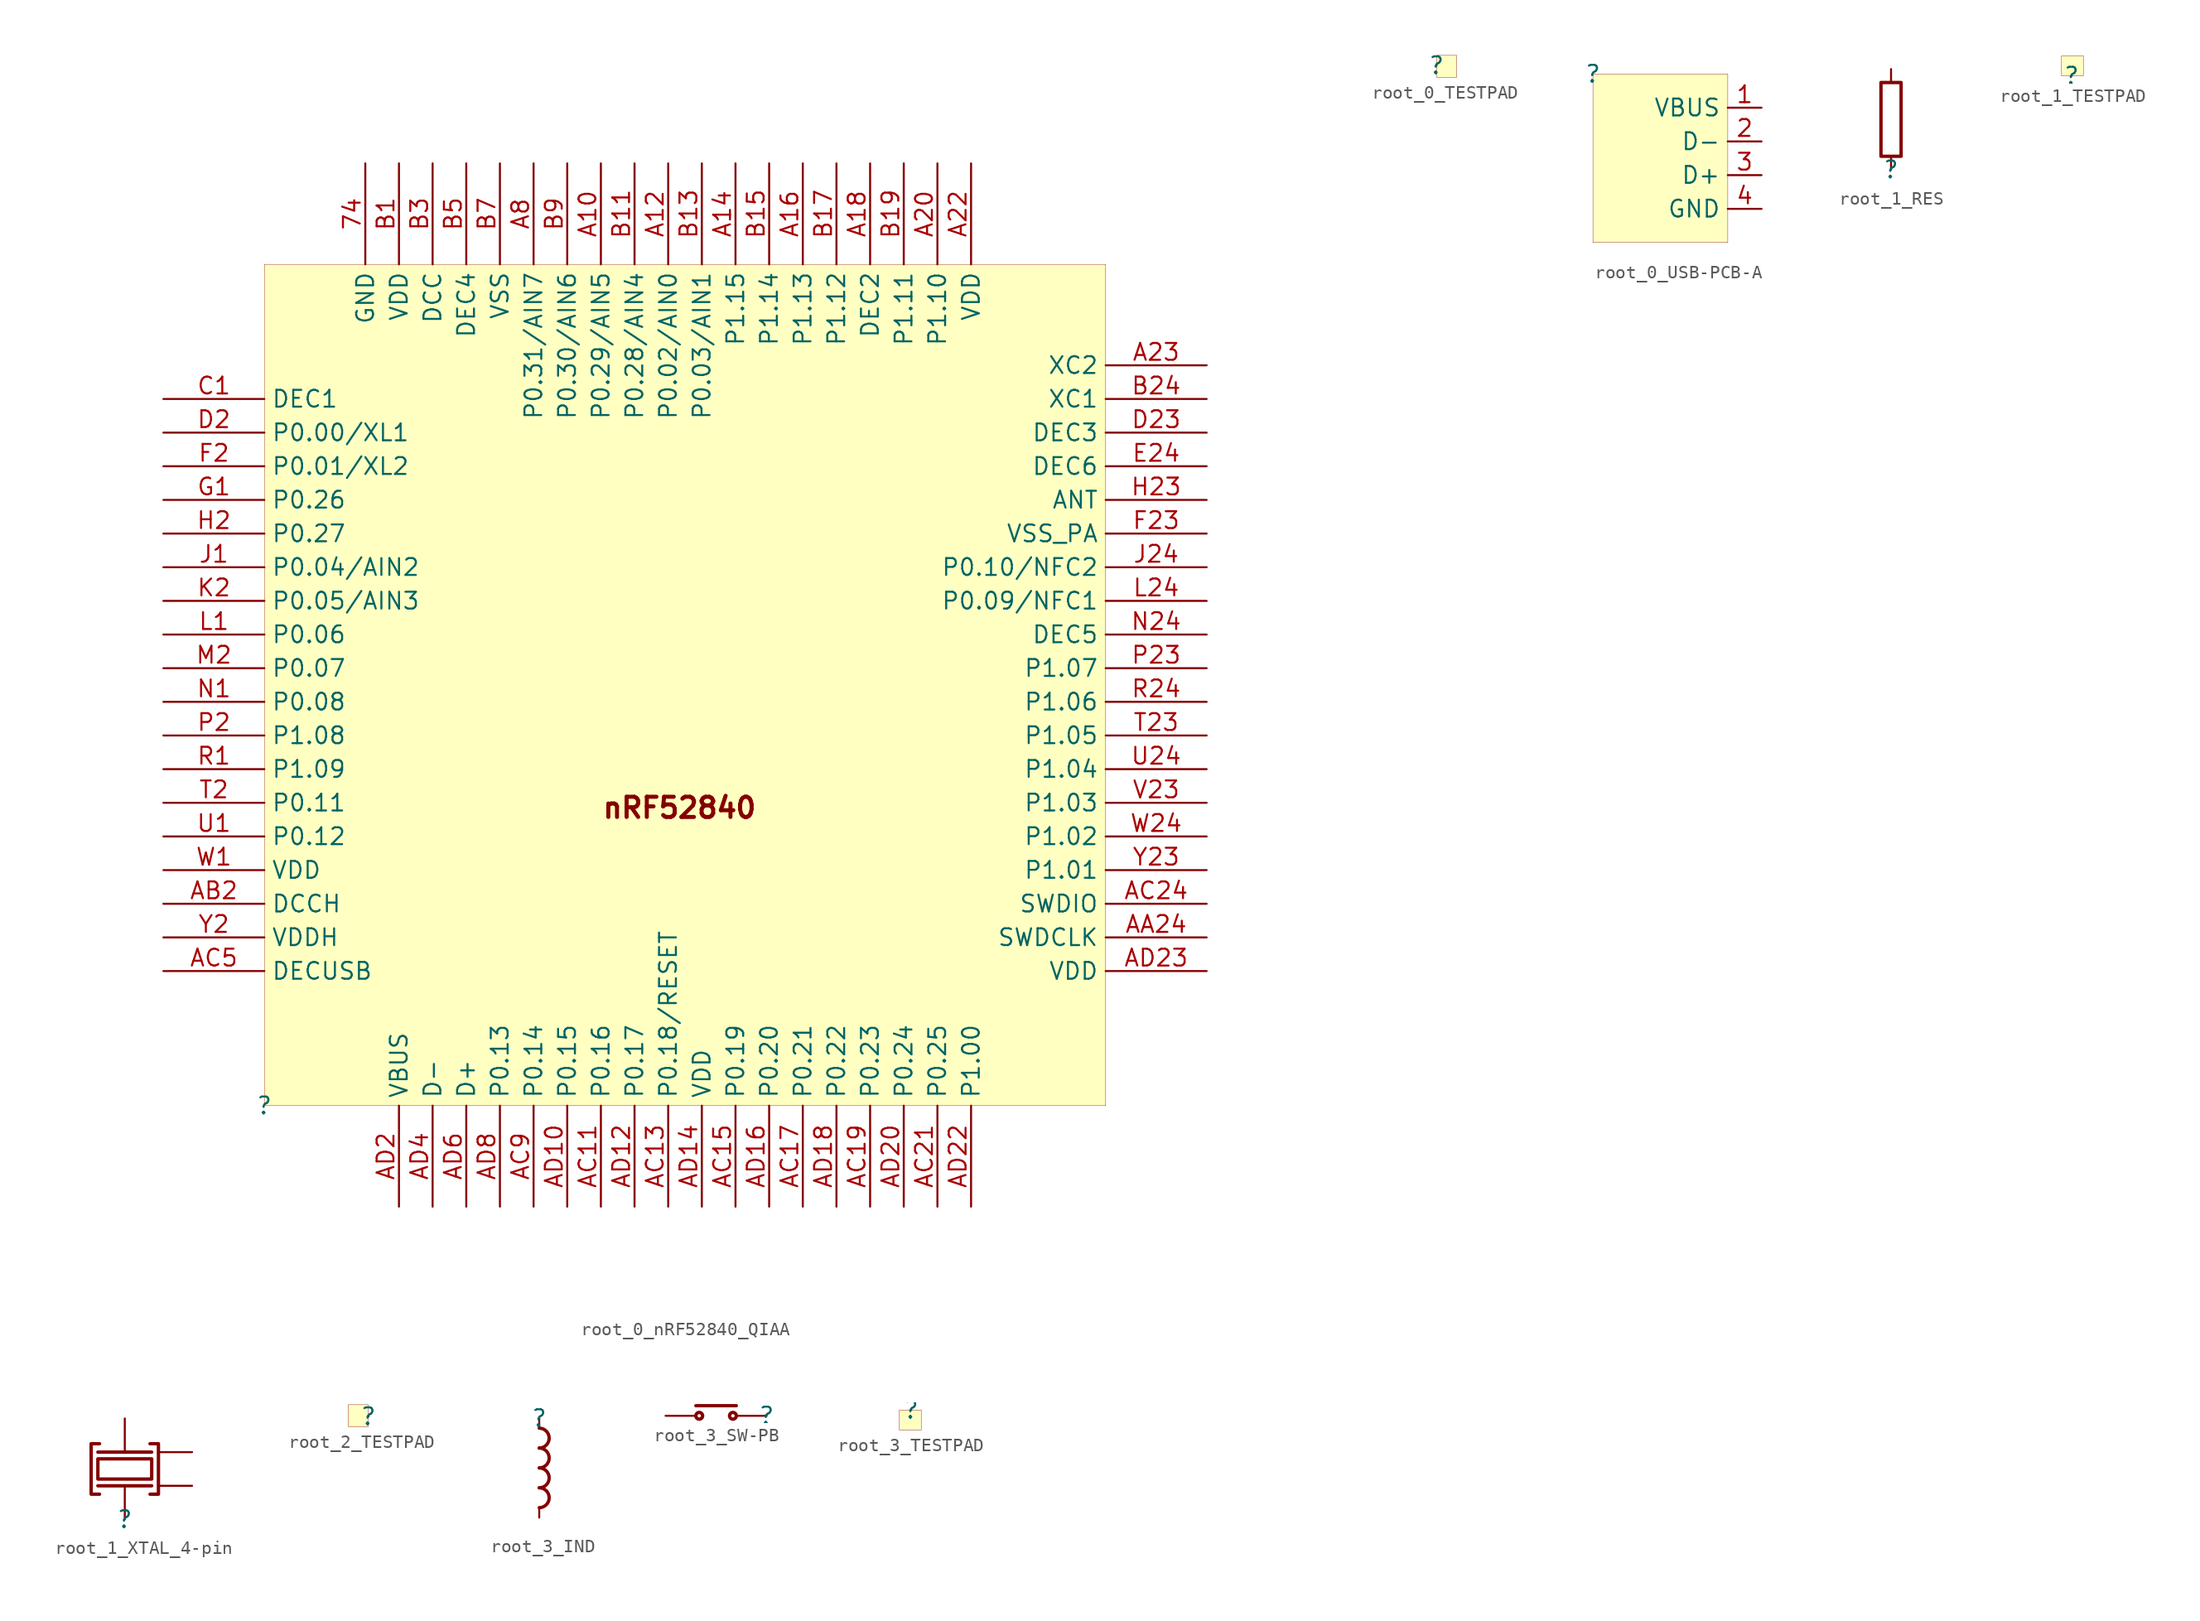
<source format=kicad_sym>
(kicad_symbol_lib
  (version 20231120)
  (generator "kicad_symbol_editor")
  (generator_version "8.0")
  (symbol "root_0_nRF52840_QIAA"
    (property "Reference" ""
      (at 0 0 0)
      (effects (font (size 1.27 1.27))))
    (property "Value" ""
      (at 0 0 0)
      (effects (font (size 1.27 1.27))))
    (symbol "root_0_nRF52840_QIAA_1_0"
      (rectangle (start 63.5 63.5) (end 0 0) (stroke (width 0.025) (type solid) (color 128 0 0 1)) (fill (type background)))
      (text "nRF52840" (at 25.4 21.59 0) (effects (font (size 1.524 1.524) (bold yes)) (justify left bottom)))
      (pin power_in line (at 7.62 71.12 270) (length 7.62) (name "GND" (effects (font (size 1.27 1.27)))) (number "74" (effects (font (size 1.27 1.27)))))
      (pin bidirectional line (at 25.4 71.12 270) (length 7.62) (name "P0.29/AIN5" (effects (font (size 1.27 1.27)))) (number "A10" (effects (font (size 1.27 1.27)))))
      (pin bidirectional line (at 30.48 71.12 270) (length 7.62) (name "P0.02/AIN0" (effects (font (size 1.27 1.27)))) (number "A12" (effects (font (size 1.27 1.27)))))
      (pin bidirectional line (at 35.56 71.12 270) (length 7.62) (name "P1.15" (effects (font (size 1.27 1.27)))) (number "A14" (effects (font (size 1.27 1.27)))))
      (pin bidirectional line (at 40.64 71.12 270) (length 7.62) (name "P1.13" (effects (font (size 1.27 1.27)))) (number "A16" (effects (font (size 1.27 1.27)))))
      (pin power_in line (at 45.72 71.12 270) (length 7.62) (name "DEC2" (effects (font (size 1.27 1.27)))) (number "A18" (effects (font (size 1.27 1.27)))))
      (pin bidirectional line (at 50.8 71.12 270) (length 7.62) (name "P1.10" (effects (font (size 1.27 1.27)))) (number "A20" (effects (font (size 1.27 1.27)))))
      (pin power_in line (at 53.34 71.12 270) (length 7.62) (name "VDD" (effects (font (size 1.27 1.27)))) (number "A22" (effects (font (size 1.27 1.27)))))
      (pin output line (at 71.12 55.88 180) (length 7.62) (name "XC2" (effects (font (size 1.27 1.27)))) (number "A23" (effects (font (size 1.27 1.27)))))
      (pin bidirectional line (at 20.32 71.12 270) (length 7.62) (name "P0.31/AIN7" (effects (font (size 1.27 1.27)))) (number "A8" (effects (font (size 1.27 1.27)))))
      (pin input line (at 71.12 12.7 180) (length 7.62) (name "SWDCLK" (effects (font (size 1.27 1.27)))) (number "AA24" (effects (font (size 1.27 1.27)))))
      (pin power_in line (at -7.62 15.24 0) (length 7.62) (name "DCCH" (effects (font (size 1.27 1.27)))) (number "AB2" (effects (font (size 1.27 1.27)))))
      (pin bidirectional line (at 25.4 -7.62 90) (length 7.62) (name "P0.16" (effects (font (size 1.27 1.27)))) (number "AC11" (effects (font (size 1.27 1.27)))))
      (pin bidirectional line (at 30.48 -7.62 90) (length 7.62) (name "P0.18/RESET" (effects (font (size 1.27 1.27)))) (number "AC13" (effects (font (size 1.27 1.27)))))
      (pin bidirectional line (at 35.56 -7.62 90) (length 7.62) (name "P0.19" (effects (font (size 1.27 1.27)))) (number "AC15" (effects (font (size 1.27 1.27)))))
      (pin bidirectional line (at 40.64 -7.62 90) (length 7.62) (name "P0.21" (effects (font (size 1.27 1.27)))) (number "AC17" (effects (font (size 1.27 1.27)))))
      (pin bidirectional line (at 45.72 -7.62 90) (length 7.62) (name "P0.23" (effects (font (size 1.27 1.27)))) (number "AC19" (effects (font (size 1.27 1.27)))))
      (pin bidirectional line (at 50.8 -7.62 90) (length 7.62) (name "P0.25" (effects (font (size 1.27 1.27)))) (number "AC21" (effects (font (size 1.27 1.27)))))
      (pin bidirectional line (at 71.12 15.24 180) (length 7.62) (name "SWDIO" (effects (font (size 1.27 1.27)))) (number "AC24" (effects (font (size 1.27 1.27)))))
      (pin power_in line (at -7.62 10.16 0) (length 7.62) (name "DECUSB" (effects (font (size 1.27 1.27)))) (number "AC5" (effects (font (size 1.27 1.27)))))
      (pin bidirectional line (at 20.32 -7.62 90) (length 7.62) (name "P0.14" (effects (font (size 1.27 1.27)))) (number "AC9" (effects (font (size 1.27 1.27)))))
      (pin bidirectional line (at 22.86 -7.62 90) (length 7.62) (name "P0.15" (effects (font (size 1.27 1.27)))) (number "AD10" (effects (font (size 1.27 1.27)))))
      (pin bidirectional line (at 27.94 -7.62 90) (length 7.62) (name "P0.17" (effects (font (size 1.27 1.27)))) (number "AD12" (effects (font (size 1.27 1.27)))))
      (pin power_in line (at 33.02 -7.62 90) (length 7.62) (name "VDD" (effects (font (size 1.27 1.27)))) (number "AD14" (effects (font (size 1.27 1.27)))))
      (pin bidirectional line (at 38.1 -7.62 90) (length 7.62) (name "P0.20" (effects (font (size 1.27 1.27)))) (number "AD16" (effects (font (size 1.27 1.27)))))
      (pin bidirectional line (at 43.18 -7.62 90) (length 7.62) (name "P0.22" (effects (font (size 1.27 1.27)))) (number "AD18" (effects (font (size 1.27 1.27)))))
      (pin power_in line (at 10.16 -7.62 90) (length 7.62) (name "VBUS" (effects (font (size 1.27 1.27)))) (number "AD2" (effects (font (size 1.27 1.27)))))
      (pin bidirectional line (at 48.26 -7.62 90) (length 7.62) (name "P0.24" (effects (font (size 1.27 1.27)))) (number "AD20" (effects (font (size 1.27 1.27)))))
      (pin bidirectional line (at 53.34 -7.62 90) (length 7.62) (name "P1.00" (effects (font (size 1.27 1.27)))) (number "AD22" (effects (font (size 1.27 1.27)))))
      (pin power_in line (at 71.12 10.16 180) (length 7.62) (name "VDD" (effects (font (size 1.27 1.27)))) (number "AD23" (effects (font (size 1.27 1.27)))))
      (pin bidirectional line (at 12.7 -7.62 90) (length 7.62) (name "D-" (effects (font (size 1.27 1.27)))) (number "AD4" (effects (font (size 1.27 1.27)))))
      (pin bidirectional line (at 15.24 -7.62 90) (length 7.62) (name "D+" (effects (font (size 1.27 1.27)))) (number "AD6" (effects (font (size 1.27 1.27)))))
      (pin bidirectional line (at 17.78 -7.62 90) (length 7.62) (name "P0.13" (effects (font (size 1.27 1.27)))) (number "AD8" (effects (font (size 1.27 1.27)))))
      (pin power_in line (at 10.16 71.12 270) (length 7.62) (name "VDD" (effects (font (size 1.27 1.27)))) (number "B1" (effects (font (size 1.27 1.27)))))
      (pin bidirectional line (at 27.94 71.12 270) (length 7.62) (name "P0.28/AIN4" (effects (font (size 1.27 1.27)))) (number "B11" (effects (font (size 1.27 1.27)))))
      (pin bidirectional line (at 33.02 71.12 270) (length 7.62) (name "P0.03/AIN1" (effects (font (size 1.27 1.27)))) (number "B13" (effects (font (size 1.27 1.27)))))
      (pin bidirectional line (at 38.1 71.12 270) (length 7.62) (name "P1.14" (effects (font (size 1.27 1.27)))) (number "B15" (effects (font (size 1.27 1.27)))))
      (pin bidirectional line (at 43.18 71.12 270) (length 7.62) (name "P1.12" (effects (font (size 1.27 1.27)))) (number "B17" (effects (font (size 1.27 1.27)))))
      (pin bidirectional line (at 48.26 71.12 270) (length 7.62) (name "P1.11" (effects (font (size 1.27 1.27)))) (number "B19" (effects (font (size 1.27 1.27)))))
      (pin input line (at 71.12 53.34 180) (length 7.62) (name "XC1" (effects (font (size 1.27 1.27)))) (number "B24" (effects (font (size 1.27 1.27)))))
      (pin output line (at 12.7 71.12 270) (length 7.62) (name "DCC" (effects (font (size 1.27 1.27)))) (number "B3" (effects (font (size 1.27 1.27)))))
      (pin power_in line (at 15.24 71.12 270) (length 7.62) (name "DEC4" (effects (font (size 1.27 1.27)))) (number "B5" (effects (font (size 1.27 1.27)))))
      (pin power_in line (at 17.78 71.12 270) (length 7.62) (name "VSS" (effects (font (size 1.27 1.27)))) (number "B7" (effects (font (size 1.27 1.27)))))
      (pin bidirectional line (at 22.86 71.12 270) (length 7.62) (name "P0.30/AIN6" (effects (font (size 1.27 1.27)))) (number "B9" (effects (font (size 1.27 1.27)))))
      (pin power_in line (at -7.62 53.34 0) (length 7.62) (name "DEC1" (effects (font (size 1.27 1.27)))) (number "C1" (effects (font (size 1.27 1.27)))))
      (pin bidirectional line (at -7.62 50.8 0) (length 7.62) (name "P0.00/XL1" (effects (font (size 1.27 1.27)))) (number "D2" (effects (font (size 1.27 1.27)))))
      (pin power_in line (at 71.12 50.8 180) (length 7.62) (name "DEC3" (effects (font (size 1.27 1.27)))) (number "D23" (effects (font (size 1.27 1.27)))))
      (pin power_in line (at 71.12 48.26 180) (length 7.62) (name "DEC6" (effects (font (size 1.27 1.27)))) (number "E24" (effects (font (size 1.27 1.27)))))
      (pin bidirectional line (at -7.62 48.26 0) (length 7.62) (name "P0.01/XL2" (effects (font (size 1.27 1.27)))) (number "F2" (effects (font (size 1.27 1.27)))))
      (pin power_in line (at 71.12 43.18 180) (length 7.62) (name "VSS_PA" (effects (font (size 1.27 1.27)))) (number "F23" (effects (font (size 1.27 1.27)))))
      (pin bidirectional line (at -7.62 45.72 0) (length 7.62) (name "P0.26" (effects (font (size 1.27 1.27)))) (number "G1" (effects (font (size 1.27 1.27)))))
      (pin bidirectional line (at -7.62 43.18 0) (length 7.62) (name "P0.27" (effects (font (size 1.27 1.27)))) (number "H2" (effects (font (size 1.27 1.27)))))
      (pin bidirectional line (at 71.12 45.72 180) (length 7.62) (name "ANT" (effects (font (size 1.27 1.27)))) (number "H23" (effects (font (size 1.27 1.27)))))
      (pin bidirectional line (at -7.62 40.64 0) (length 7.62) (name "P0.04/AIN2" (effects (font (size 1.27 1.27)))) (number "J1" (effects (font (size 1.27 1.27)))))
      (pin bidirectional line (at 71.12 40.64 180) (length 7.62) (name "P0.10/NFC2" (effects (font (size 1.27 1.27)))) (number "J24" (effects (font (size 1.27 1.27)))))
      (pin bidirectional line (at -7.62 38.1 0) (length 7.62) (name "P0.05/AIN3" (effects (font (size 1.27 1.27)))) (number "K2" (effects (font (size 1.27 1.27)))))
      (pin bidirectional line (at -7.62 35.56 0) (length 7.62) (name "P0.06" (effects (font (size 1.27 1.27)))) (number "L1" (effects (font (size 1.27 1.27)))))
      (pin bidirectional line (at 71.12 38.1 180) (length 7.62) (name "P0.09/NFC1" (effects (font (size 1.27 1.27)))) (number "L24" (effects (font (size 1.27 1.27)))))
      (pin bidirectional line (at -7.62 33.02 0) (length 7.62) (name "P0.07" (effects (font (size 1.27 1.27)))) (number "M2" (effects (font (size 1.27 1.27)))))
      (pin bidirectional line (at -7.62 30.48 0) (length 7.62) (name "P0.08" (effects (font (size 1.27 1.27)))) (number "N1" (effects (font (size 1.27 1.27)))))
      (pin power_in line (at 71.12 35.56 180) (length 7.62) (name "DEC5" (effects (font (size 1.27 1.27)))) (number "N24" (effects (font (size 1.27 1.27)))))
      (pin bidirectional line (at -7.62 27.94 0) (length 7.62) (name "P1.08" (effects (font (size 1.27 1.27)))) (number "P2" (effects (font (size 1.27 1.27)))))
      (pin bidirectional line (at 71.12 33.02 180) (length 7.62) (name "P1.07" (effects (font (size 1.27 1.27)))) (number "P23" (effects (font (size 1.27 1.27)))))
      (pin bidirectional line (at -7.62 25.4 0) (length 7.62) (name "P1.09" (effects (font (size 1.27 1.27)))) (number "R1" (effects (font (size 1.27 1.27)))))
      (pin bidirectional line (at 71.12 30.48 180) (length 7.62) (name "P1.06" (effects (font (size 1.27 1.27)))) (number "R24" (effects (font (size 1.27 1.27)))))
      (pin bidirectional line (at -7.62 22.86 0) (length 7.62) (name "P0.11" (effects (font (size 1.27 1.27)))) (number "T2" (effects (font (size 1.27 1.27)))))
      (pin bidirectional line (at 71.12 27.94 180) (length 7.62) (name "P1.05" (effects (font (size 1.27 1.27)))) (number "T23" (effects (font (size 1.27 1.27)))))
      (pin bidirectional line (at -7.62 20.32 0) (length 7.62) (name "P0.12" (effects (font (size 1.27 1.27)))) (number "U1" (effects (font (size 1.27 1.27)))))
      (pin bidirectional line (at 71.12 25.4 180) (length 7.62) (name "P1.04" (effects (font (size 1.27 1.27)))) (number "U24" (effects (font (size 1.27 1.27)))))
      (pin bidirectional line (at 71.12 22.86 180) (length 7.62) (name "P1.03" (effects (font (size 1.27 1.27)))) (number "V23" (effects (font (size 1.27 1.27)))))
      (pin power_in line (at -7.62 17.78 0) (length 7.62) (name "VDD" (effects (font (size 1.27 1.27)))) (number "W1" (effects (font (size 1.27 1.27)))))
      (pin bidirectional line (at 71.12 20.32 180) (length 7.62) (name "P1.02" (effects (font (size 1.27 1.27)))) (number "W24" (effects (font (size 1.27 1.27)))))
      (pin power_in line (at -7.62 12.7 0) (length 7.62) (name "VDDH" (effects (font (size 1.27 1.27)))) (number "Y2" (effects (font (size 1.27 1.27)))))
      (pin bidirectional line (at 71.12 17.78 180) (length 7.62) (name "P1.01" (effects (font (size 1.27 1.27)))) (number "Y23" (effects (font (size 1.27 1.27)))))))
  (symbol "root_0_TESTPAD"
    (property "Reference" ""
      (at 0 0 0)
      (effects (font (size 1.27 1.27))))
    (property "Value" ""
      (at 0 0 0)
      (effects (font (size 1.27 1.27))))
    (symbol "root_0_TESTPAD_1_0"
      (rectangle (start 1.524 0.762) (end 0 -0.889) (stroke (width 0.025) (type solid) (color 128 0 0 1)) (fill (type background)))
      (pin passive line (at 0 0 0) (length 0) (name "1" (effects (font (size 0 0)))) (number "1" (effects (font (size 0 0)))))))
  (symbol "root_0_USB-PCB-A"
    (property "Reference" ""
      (at 0 0 0)
      (effects (font (size 1.27 1.27))))
    (property "Value" ""
      (at 0 0 0)
      (effects (font (size 1.27 1.27))))
    (symbol "root_0_USB-PCB-A_1_0"
      (rectangle (start 10.16 0) (end 0 -12.7) (stroke (width 0.025) (type solid) (color 128 0 0 1)) (fill (type background)))
      (pin passive line (at 12.7 -2.54 180) (length 2.54) (name "VBUS" (effects (font (size 1.27 1.27)))) (number "1" (effects (font (size 1.27 1.27)))))
      (pin passive line (at 12.7 -5.08 180) (length 2.54) (name "D-" (effects (font (size 1.27 1.27)))) (number "2" (effects (font (size 1.27 1.27)))))
      (pin passive line (at 12.7 -7.62 180) (length 2.54) (name "D+" (effects (font (size 1.27 1.27)))) (number "3" (effects (font (size 1.27 1.27)))))
      (pin passive line (at 12.7 -10.16 180) (length 2.54) (name "GND" (effects (font (size 1.27 1.27)))) (number "4" (effects (font (size 1.27 1.27)))))))
  (symbol "root_1_RES"
    (property "Reference" ""
      (at 0 0 0)
      (effects (font (size 1.27 1.27))))
    (property "Value" ""
      (at 0 0 0)
      (effects (font (size 1.27 1.27))))
    (symbol "root_1_RES_1_0"
      (polyline (pts (xy -0.762 6.604) (xy -0.762 1.016) (xy 0.762 1.016) (xy 0.762 6.604) (xy -0.762 6.604)) (stroke (width 0.254) (type solid)) (fill (type none)))
      (pin passive line (at 0 0 90) (length 1.016) (name "1" (effects (font (size 0 0)))) (number "1" (effects (font (size 0 0)))))
      (pin passive line (at 0 7.62 270) (length 1.016) (name "2" (effects (font (size 0 0)))) (number "2" (effects (font (size 0 0)))))))
  (symbol "root_1_TESTPAD"
    (property "Reference" ""
      (at 0 0 0)
      (effects (font (size 1.27 1.27))))
    (property "Value" ""
      (at 0 0 0)
      (effects (font (size 1.27 1.27))))
    (symbol "root_1_TESTPAD_1_0"
      (rectangle (start 0.889 1.524) (end -0.762 0) (stroke (width 0.025) (type solid) (color 128 0 0 1)) (fill (type background)))
      (pin passive line (at 0 0 90) (length 0) (name "1" (effects (font (size 0 0)))) (number "1" (effects (font (size 0 0)))))))
  (symbol "root_1_XTAL_4-pin"
    (property "Reference" ""
      (at 0 0 0)
      (effects (font (size 1.27 1.27))))
    (property "Value" ""
      (at 0 0 0)
      (effects (font (size 1.27 1.27))))
    (symbol "root_1_XTAL_4-pin_1_0"
      (polyline (pts (xy -2.032 2.54) (xy 2.032 2.54)) (stroke (width 0.254) (type solid)) (fill (type none)))
      (polyline (pts (xy -2.032 5.08) (xy 2.032 5.08)) (stroke (width 0.254) (type solid)) (fill (type none)))
      (polyline (pts (xy -1.905 1.905) (xy -2.54 1.905) (xy -2.54 5.715) (xy -1.905 5.715)) (stroke (width 0.254) (type solid)) (fill (type none)))
      (polyline (pts (xy 1.905 1.905) (xy 2.54 1.905) (xy 2.54 5.715) (xy 1.905 5.715)) (stroke (width 0.254) (type solid)) (fill (type none)))
      (polyline (pts (xy 2.032 4.572) (xy -2.032 4.572) (xy -2.032 3.048) (xy 2.032 3.048) (xy 2.032 4.572)) (stroke (width 0.254) (type solid)) (fill (type none)))
      (pin passive line (at 0 0 90) (length 2.54) (name "IN" (effects (font (size 0 0)))) (number "1" (effects (font (size 0 0)))))
      (pin passive line (at 5.08 5.08 180) (length 2.54) (name "GND" (effects (font (size 0 0)))) (number "2" (effects (font (size 0 0)))))
      (pin passive line (at 0 7.62 270) (length 2.54) (name "OUT" (effects (font (size 0 0)))) (number "3" (effects (font (size 0 0)))))
      (pin passive line (at 5.08 2.54 180) (length 2.54) (name "GND" (effects (font (size 0 0)))) (number "4" (effects (font (size 0 0)))))))
  (symbol "root_2_TESTPAD"
    (property "Reference" ""
      (at 0 0 0)
      (effects (font (size 1.27 1.27))))
    (property "Value" ""
      (at 0 0 0)
      (effects (font (size 1.27 1.27))))
    (symbol "root_2_TESTPAD_1_0"
      (rectangle (start 0 0.889) (end -1.524 -0.762) (stroke (width 0.025) (type solid) (color 128 0 0 1)) (fill (type background)))
      (pin passive line (at 0 0 180) (length 0) (name "1" (effects (font (size 0 0)))) (number "1" (effects (font (size 0 0)))))))
  (symbol "root_3_IND"
    (property "Reference" ""
      (at 0 0 0)
      (effects (font (size 1.27 1.27))))
    (property "Value" ""
      (at 0 0 0)
      (effects (font (size 1.27 1.27))))
    (symbol "root_3_IND_1_0"
      (arc (start 0 -6.858) (mid 0.762 -6.096) (end 0 -5.334) (stroke (width 0.254) (type solid)) (fill (type none)))
      (arc (start 0 -5.334) (mid 0.762 -4.572) (end 0 -3.81) (stroke (width 0.254) (type solid)) (fill (type none)))
      (arc (start 0 -3.81) (mid 0.762 -3.048) (end 0 -2.286) (stroke (width 0.254) (type solid)) (fill (type none)))
      (arc (start 0 -2.286) (mid 0.762 -1.524) (end 0 -0.762) (stroke (width 0.254) (type solid)) (fill (type none)))
      (pin passive line (at 0 0 270) (length 0.762) (name "1" (effects (font (size 0 0)))) (number "1" (effects (font (size 0 0)))))
      (pin passive line (at 0 -7.62 90) (length 0.762) (name "2" (effects (font (size 0 0)))) (number "2" (effects (font (size 0 0)))))))
  (symbol "root_3_SW-PB"
    (property "Reference" ""
      (at 0 0 0)
      (effects (font (size 1.27 1.27))))
    (property "Value" ""
      (at 0 0 0)
      (effects (font (size 1.27 1.27))))
    (symbol "root_3_SW-PB_1_0"
      (circle (center -5.08 0) (radius 0.254) (stroke (width 0.254) (type solid)) (fill (type none)))
      (circle (center -2.54 0) (radius 0.254) (stroke (width 0.254) (type solid)) (fill (type none)))
      (polyline (pts (xy -2.286 0.762) (xy -5.334 0.762)) (stroke (width 0.254) (type solid)) (fill (type none)))
      (pin passive line (at 0 0 180) (length 2.286) (name "N.O" (effects (font (size 0 0)))) (number "1" (effects (font (size 0 0)))))
      (pin passive line (at -7.62 0 0) (length 2.286) (name "COM" (effects (font (size 0 0)))) (number "2" (effects (font (size 0 0)))))))
  (symbol "root_3_TESTPAD"
    (property "Reference" ""
      (at 0 0 0)
      (effects (font (size 1.27 1.27))))
    (property "Value" ""
      (at 0 0 0)
      (effects (font (size 1.27 1.27))))
    (symbol "root_3_TESTPAD_1_0"
      (rectangle (start 0.762 0) (end -0.889 -1.524) (stroke (width 0.025) (type solid) (color 128 0 0 1)) (fill (type background)))
      (pin passive line (at 0 0 270) (length 0) (name "1" (effects (font (size 0 0)))) (number "1" (effects (font (size 0 0))))))))
</source>
